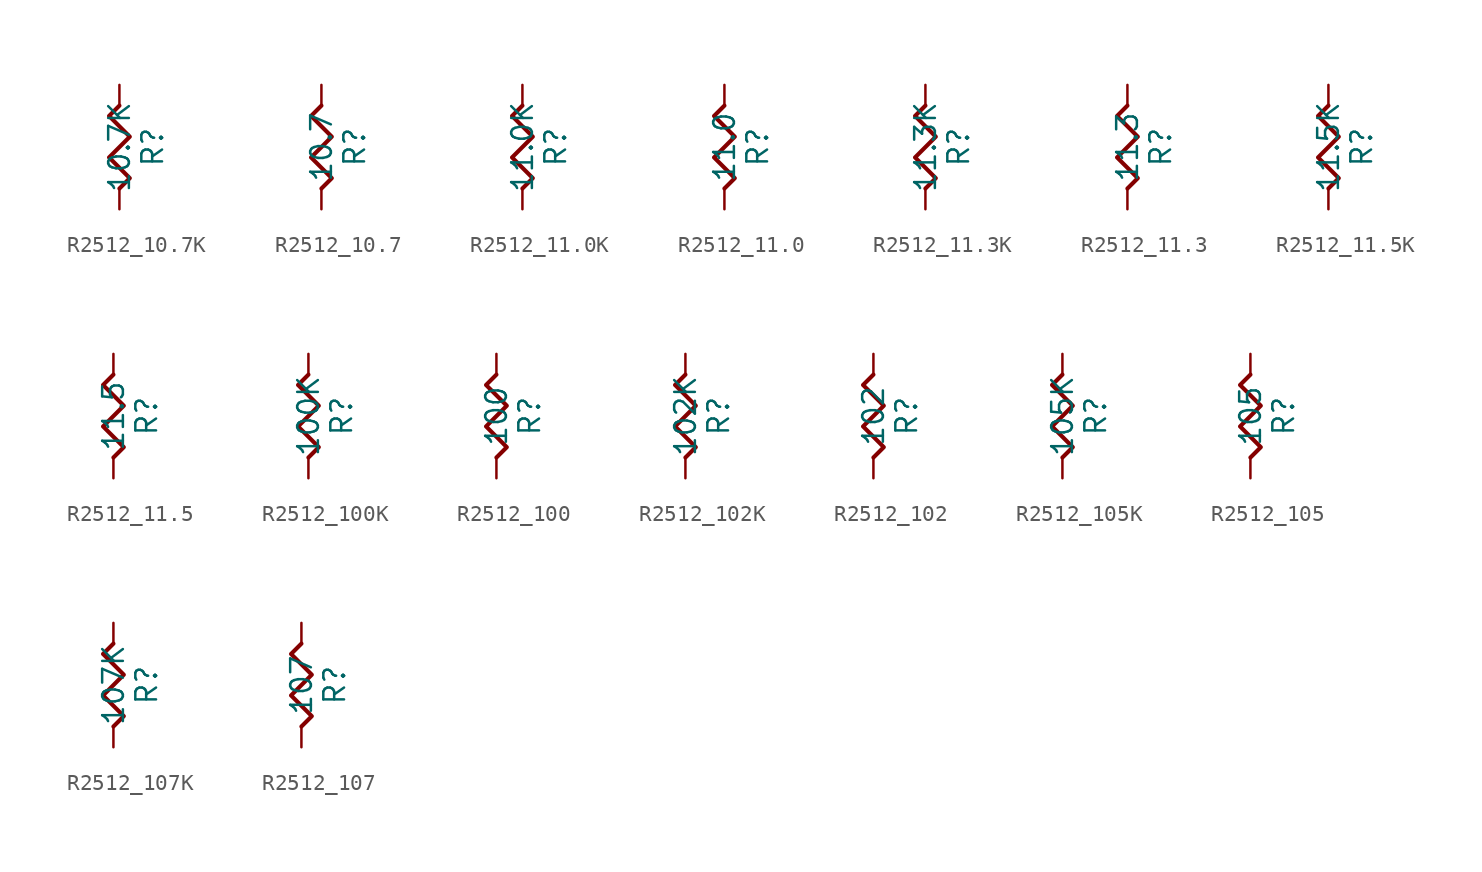
<source format=kicad_sym>
(kicad_symbol_lib
  (version 20211014)
  (generator atlantix-eda)
  (symbol "R2512_10.7K"
    (pin_numbers hide)
    (pin_names
      (offset 0))
    (property "Reference" "R"
      (at 2.032 0 90)
      (effects (font (size 1.27 1.27))))
    (property "Value" "10.7K"
      (at 0 0 90)
      (effects (font (size 1.27 1.27))))
    (symbol "R2512_10.7K_0_1"
      (polyline (pts (xy 0 -2.54) (xy 0.635 -1.905) (xy -0.635 -0.635) (xy 0.635 0.635) (xy -0.635 1.905) (xy 0 2.54)) (stroke (width 0.254) (type default) (color 0 0 0 0)) (fill (type none))))
    (symbol "R2512_10.7K_1_1"
      (pin passive line (at 0 3.81 270) (length 1.27) (name "~" (effects (font (size 1.27 1.27)))) (number "1" (effects (font (size 1.27 1.27)))))
      (pin passive line (at 0 -3.81 90) (length 1.27) (name "~" (effects (font (size 1.27 1.27)))) (number "2" (effects (font (size 1.27 1.27)))))))
  (symbol "R2512_10.7"
    (pin_numbers hide)
    (pin_names
      (offset 0))
    (property "Reference" "R"
      (at 2.032 0 90)
      (effects (font (size 1.27 1.27))))
    (property "Value" "10.7"
      (at 0 0 90)
      (effects (font (size 1.27 1.27))))
    (symbol "R2512_10.7_0_1"
      (polyline (pts (xy 0 -2.54) (xy 0.635 -1.905) (xy -0.635 -0.635) (xy 0.635 0.635) (xy -0.635 1.905) (xy 0 2.54)) (stroke (width 0.254) (type default) (color 0 0 0 0)) (fill (type none))))
    (symbol "R2512_10.7_1_1"
      (pin passive line (at 0 3.81 270) (length 1.27) (name "~" (effects (font (size 1.27 1.27)))) (number "1" (effects (font (size 1.27 1.27)))))
      (pin passive line (at 0 -3.81 90) (length 1.27) (name "~" (effects (font (size 1.27 1.27)))) (number "2" (effects (font (size 1.27 1.27)))))))
  (symbol "R2512_11.0K"
    (pin_numbers hide)
    (pin_names
      (offset 0))
    (property "Reference" "R"
      (at 2.032 0 90)
      (effects (font (size 1.27 1.27))))
    (property "Value" "11.0K"
      (at 0 0 90)
      (effects (font (size 1.27 1.27))))
    (symbol "R2512_11.0K_0_1"
      (polyline (pts (xy 0 -2.54) (xy 0.635 -1.905) (xy -0.635 -0.635) (xy 0.635 0.635) (xy -0.635 1.905) (xy 0 2.54)) (stroke (width 0.254) (type default) (color 0 0 0 0)) (fill (type none))))
    (symbol "R2512_11.0K_1_1"
      (pin passive line (at 0 3.81 270) (length 1.27) (name "~" (effects (font (size 1.27 1.27)))) (number "1" (effects (font (size 1.27 1.27)))))
      (pin passive line (at 0 -3.81 90) (length 1.27) (name "~" (effects (font (size 1.27 1.27)))) (number "2" (effects (font (size 1.27 1.27)))))))
  (symbol "R2512_11.0"
    (pin_numbers hide)
    (pin_names
      (offset 0))
    (property "Reference" "R"
      (at 2.032 0 90)
      (effects (font (size 1.27 1.27))))
    (property "Value" "11.0"
      (at 0 0 90)
      (effects (font (size 1.27 1.27))))
    (symbol "R2512_11.0_0_1"
      (polyline (pts (xy 0 -2.54) (xy 0.635 -1.905) (xy -0.635 -0.635) (xy 0.635 0.635) (xy -0.635 1.905) (xy 0 2.54)) (stroke (width 0.254) (type default) (color 0 0 0 0)) (fill (type none))))
    (symbol "R2512_11.0_1_1"
      (pin passive line (at 0 3.81 270) (length 1.27) (name "~" (effects (font (size 1.27 1.27)))) (number "1" (effects (font (size 1.27 1.27)))))
      (pin passive line (at 0 -3.81 90) (length 1.27) (name "~" (effects (font (size 1.27 1.27)))) (number "2" (effects (font (size 1.27 1.27)))))))
  (symbol "R2512_11.3K"
    (pin_numbers hide)
    (pin_names
      (offset 0))
    (property "Reference" "R"
      (at 2.032 0 90)
      (effects (font (size 1.27 1.27))))
    (property "Value" "11.3K"
      (at 0 0 90)
      (effects (font (size 1.27 1.27))))
    (symbol "R2512_11.3K_0_1"
      (polyline (pts (xy 0 -2.54) (xy 0.635 -1.905) (xy -0.635 -0.635) (xy 0.635 0.635) (xy -0.635 1.905) (xy 0 2.54)) (stroke (width 0.254) (type default) (color 0 0 0 0)) (fill (type none))))
    (symbol "R2512_11.3K_1_1"
      (pin passive line (at 0 3.81 270) (length 1.27) (name "~" (effects (font (size 1.27 1.27)))) (number "1" (effects (font (size 1.27 1.27)))))
      (pin passive line (at 0 -3.81 90) (length 1.27) (name "~" (effects (font (size 1.27 1.27)))) (number "2" (effects (font (size 1.27 1.27)))))))
  (symbol "R2512_11.3"
    (pin_numbers hide)
    (pin_names
      (offset 0))
    (property "Reference" "R"
      (at 2.032 0 90)
      (effects (font (size 1.27 1.27))))
    (property "Value" "11.3"
      (at 0 0 90)
      (effects (font (size 1.27 1.27))))
    (symbol "R2512_11.3_0_1"
      (polyline (pts (xy 0 -2.54) (xy 0.635 -1.905) (xy -0.635 -0.635) (xy 0.635 0.635) (xy -0.635 1.905) (xy 0 2.54)) (stroke (width 0.254) (type default) (color 0 0 0 0)) (fill (type none))))
    (symbol "R2512_11.3_1_1"
      (pin passive line (at 0 3.81 270) (length 1.27) (name "~" (effects (font (size 1.27 1.27)))) (number "1" (effects (font (size 1.27 1.27)))))
      (pin passive line (at 0 -3.81 90) (length 1.27) (name "~" (effects (font (size 1.27 1.27)))) (number "2" (effects (font (size 1.27 1.27)))))))
  (symbol "R2512_11.5K"
    (pin_numbers hide)
    (pin_names
      (offset 0))
    (property "Reference" "R"
      (at 2.032 0 90)
      (effects (font (size 1.27 1.27))))
    (property "Value" "11.5K"
      (at 0 0 90)
      (effects (font (size 1.27 1.27))))
    (symbol "R2512_11.5K_0_1"
      (polyline (pts (xy 0 -2.54) (xy 0.635 -1.905) (xy -0.635 -0.635) (xy 0.635 0.635) (xy -0.635 1.905) (xy 0 2.54)) (stroke (width 0.254) (type default) (color 0 0 0 0)) (fill (type none))))
    (symbol "R2512_11.5K_1_1"
      (pin passive line (at 0 3.81 270) (length 1.27) (name "~" (effects (font (size 1.27 1.27)))) (number "1" (effects (font (size 1.27 1.27)))))
      (pin passive line (at 0 -3.81 90) (length 1.27) (name "~" (effects (font (size 1.27 1.27)))) (number "2" (effects (font (size 1.27 1.27)))))))
  (symbol "R2512_11.5"
    (pin_numbers hide)
    (pin_names
      (offset 0))
    (property "Reference" "R"
      (at 2.032 0 90)
      (effects (font (size 1.27 1.27))))
    (property "Value" "11.5"
      (at 0 0 90)
      (effects (font (size 1.27 1.27))))
    (symbol "R2512_11.5_0_1"
      (polyline (pts (xy 0 -2.54) (xy 0.635 -1.905) (xy -0.635 -0.635) (xy 0.635 0.635) (xy -0.635 1.905) (xy 0 2.54)) (stroke (width 0.254) (type default) (color 0 0 0 0)) (fill (type none))))
    (symbol "R2512_11.5_1_1"
      (pin passive line (at 0 3.81 270) (length 1.27) (name "~" (effects (font (size 1.27 1.27)))) (number "1" (effects (font (size 1.27 1.27)))))
      (pin passive line (at 0 -3.81 90) (length 1.27) (name "~" (effects (font (size 1.27 1.27)))) (number "2" (effects (font (size 1.27 1.27)))))))
  (symbol "R2512_100K"
    (pin_numbers hide)
    (pin_names
      (offset 0))
    (property "Reference" "R"
      (at 2.032 0 90)
      (effects (font (size 1.27 1.27))))
    (property "Value" "100K"
      (at 0 0 90)
      (effects (font (size 1.27 1.27))))
    (symbol "R2512_100K_0_1"
      (polyline (pts (xy 0 -2.54) (xy 0.635 -1.905) (xy -0.635 -0.635) (xy 0.635 0.635) (xy -0.635 1.905) (xy 0 2.54)) (stroke (width 0.254) (type default) (color 0 0 0 0)) (fill (type none))))
    (symbol "R2512_100K_1_1"
      (pin passive line (at 0 3.81 270) (length 1.27) (name "~" (effects (font (size 1.27 1.27)))) (number "1" (effects (font (size 1.27 1.27)))))
      (pin passive line (at 0 -3.81 90) (length 1.27) (name "~" (effects (font (size 1.27 1.27)))) (number "2" (effects (font (size 1.27 1.27)))))))
  (symbol "R2512_100"
    (pin_numbers hide)
    (pin_names
      (offset 0))
    (property "Reference" "R"
      (at 2.032 0 90)
      (effects (font (size 1.27 1.27))))
    (property "Value" "100"
      (at 0 0 90)
      (effects (font (size 1.27 1.27))))
    (symbol "R2512_100_0_1"
      (polyline (pts (xy 0 -2.54) (xy 0.635 -1.905) (xy -0.635 -0.635) (xy 0.635 0.635) (xy -0.635 1.905) (xy 0 2.54)) (stroke (width 0.254) (type default) (color 0 0 0 0)) (fill (type none))))
    (symbol "R2512_100_1_1"
      (pin passive line (at 0 3.81 270) (length 1.27) (name "~" (effects (font (size 1.27 1.27)))) (number "1" (effects (font (size 1.27 1.27)))))
      (pin passive line (at 0 -3.81 90) (length 1.27) (name "~" (effects (font (size 1.27 1.27)))) (number "2" (effects (font (size 1.27 1.27)))))))
  (symbol "R2512_102K"
    (pin_numbers hide)
    (pin_names
      (offset 0))
    (property "Reference" "R"
      (at 2.032 0 90)
      (effects (font (size 1.27 1.27))))
    (property "Value" "102K"
      (at 0 0 90)
      (effects (font (size 1.27 1.27))))
    (symbol "R2512_102K_0_1"
      (polyline (pts (xy 0 -2.54) (xy 0.635 -1.905) (xy -0.635 -0.635) (xy 0.635 0.635) (xy -0.635 1.905) (xy 0 2.54)) (stroke (width 0.254) (type default) (color 0 0 0 0)) (fill (type none))))
    (symbol "R2512_102K_1_1"
      (pin passive line (at 0 3.81 270) (length 1.27) (name "~" (effects (font (size 1.27 1.27)))) (number "1" (effects (font (size 1.27 1.27)))))
      (pin passive line (at 0 -3.81 90) (length 1.27) (name "~" (effects (font (size 1.27 1.27)))) (number "2" (effects (font (size 1.27 1.27)))))))
  (symbol "R2512_102"
    (pin_numbers hide)
    (pin_names
      (offset 0))
    (property "Reference" "R"
      (at 2.032 0 90)
      (effects (font (size 1.27 1.27))))
    (property "Value" "102"
      (at 0 0 90)
      (effects (font (size 1.27 1.27))))
    (symbol "R2512_102_0_1"
      (polyline (pts (xy 0 -2.54) (xy 0.635 -1.905) (xy -0.635 -0.635) (xy 0.635 0.635) (xy -0.635 1.905) (xy 0 2.54)) (stroke (width 0.254) (type default) (color 0 0 0 0)) (fill (type none))))
    (symbol "R2512_102_1_1"
      (pin passive line (at 0 3.81 270) (length 1.27) (name "~" (effects (font (size 1.27 1.27)))) (number "1" (effects (font (size 1.27 1.27)))))
      (pin passive line (at 0 -3.81 90) (length 1.27) (name "~" (effects (font (size 1.27 1.27)))) (number "2" (effects (font (size 1.27 1.27)))))))
  (symbol "R2512_105K"
    (pin_numbers hide)
    (pin_names
      (offset 0))
    (property "Reference" "R"
      (at 2.032 0 90)
      (effects (font (size 1.27 1.27))))
    (property "Value" "105K"
      (at 0 0 90)
      (effects (font (size 1.27 1.27))))
    (symbol "R2512_105K_0_1"
      (polyline (pts (xy 0 -2.54) (xy 0.635 -1.905) (xy -0.635 -0.635) (xy 0.635 0.635) (xy -0.635 1.905) (xy 0 2.54)) (stroke (width 0.254) (type default) (color 0 0 0 0)) (fill (type none))))
    (symbol "R2512_105K_1_1"
      (pin passive line (at 0 3.81 270) (length 1.27) (name "~" (effects (font (size 1.27 1.27)))) (number "1" (effects (font (size 1.27 1.27)))))
      (pin passive line (at 0 -3.81 90) (length 1.27) (name "~" (effects (font (size 1.27 1.27)))) (number "2" (effects (font (size 1.27 1.27)))))))
  (symbol "R2512_105"
    (pin_numbers hide)
    (pin_names
      (offset 0))
    (property "Reference" "R"
      (at 2.032 0 90)
      (effects (font (size 1.27 1.27))))
    (property "Value" "105"
      (at 0 0 90)
      (effects (font (size 1.27 1.27))))
    (symbol "R2512_105_0_1"
      (polyline (pts (xy 0 -2.54) (xy 0.635 -1.905) (xy -0.635 -0.635) (xy 0.635 0.635) (xy -0.635 1.905) (xy 0 2.54)) (stroke (width 0.254) (type default) (color 0 0 0 0)) (fill (type none))))
    (symbol "R2512_105_1_1"
      (pin passive line (at 0 3.81 270) (length 1.27) (name "~" (effects (font (size 1.27 1.27)))) (number "1" (effects (font (size 1.27 1.27)))))
      (pin passive line (at 0 -3.81 90) (length 1.27) (name "~" (effects (font (size 1.27 1.27)))) (number "2" (effects (font (size 1.27 1.27)))))))
  (symbol "R2512_107K"
    (pin_numbers hide)
    (pin_names
      (offset 0))
    (property "Reference" "R"
      (at 2.032 0 90)
      (effects (font (size 1.27 1.27))))
    (property "Value" "107K"
      (at 0 0 90)
      (effects (font (size 1.27 1.27))))
    (symbol "R2512_107K_0_1"
      (polyline (pts (xy 0 -2.54) (xy 0.635 -1.905) (xy -0.635 -0.635) (xy 0.635 0.635) (xy -0.635 1.905) (xy 0 2.54)) (stroke (width 0.254) (type default) (color 0 0 0 0)) (fill (type none))))
    (symbol "R2512_107K_1_1"
      (pin passive line (at 0 3.81 270) (length 1.27) (name "~" (effects (font (size 1.27 1.27)))) (number "1" (effects (font (size 1.27 1.27)))))
      (pin passive line (at 0 -3.81 90) (length 1.27) (name "~" (effects (font (size 1.27 1.27)))) (number "2" (effects (font (size 1.27 1.27)))))))
  (symbol "R2512_107"
    (pin_numbers hide)
    (pin_names
      (offset 0))
    (property "Reference" "R"
      (at 2.032 0 90)
      (effects (font (size 1.27 1.27))))
    (property "Value" "107"
      (at 0 0 90)
      (effects (font (size 1.27 1.27))))
    (symbol "R2512_107_0_1"
      (polyline (pts (xy 0 -2.54) (xy 0.635 -1.905) (xy -0.635 -0.635) (xy 0.635 0.635) (xy -0.635 1.905) (xy 0 2.54)) (stroke (width 0.254) (type default) (color 0 0 0 0)) (fill (type none))))
    (symbol "R2512_107_1_1"
      (pin passive line (at 0 3.81 270) (length 1.27) (name "~" (effects (font (size 1.27 1.27)))) (number "1" (effects (font (size 1.27 1.27)))))
      (pin passive line (at 0 -3.81 90) (length 1.27) (name "~" (effects (font (size 1.27 1.27)))) (number "2" (effects (font (size 1.27 1.27))))))))
</source>
